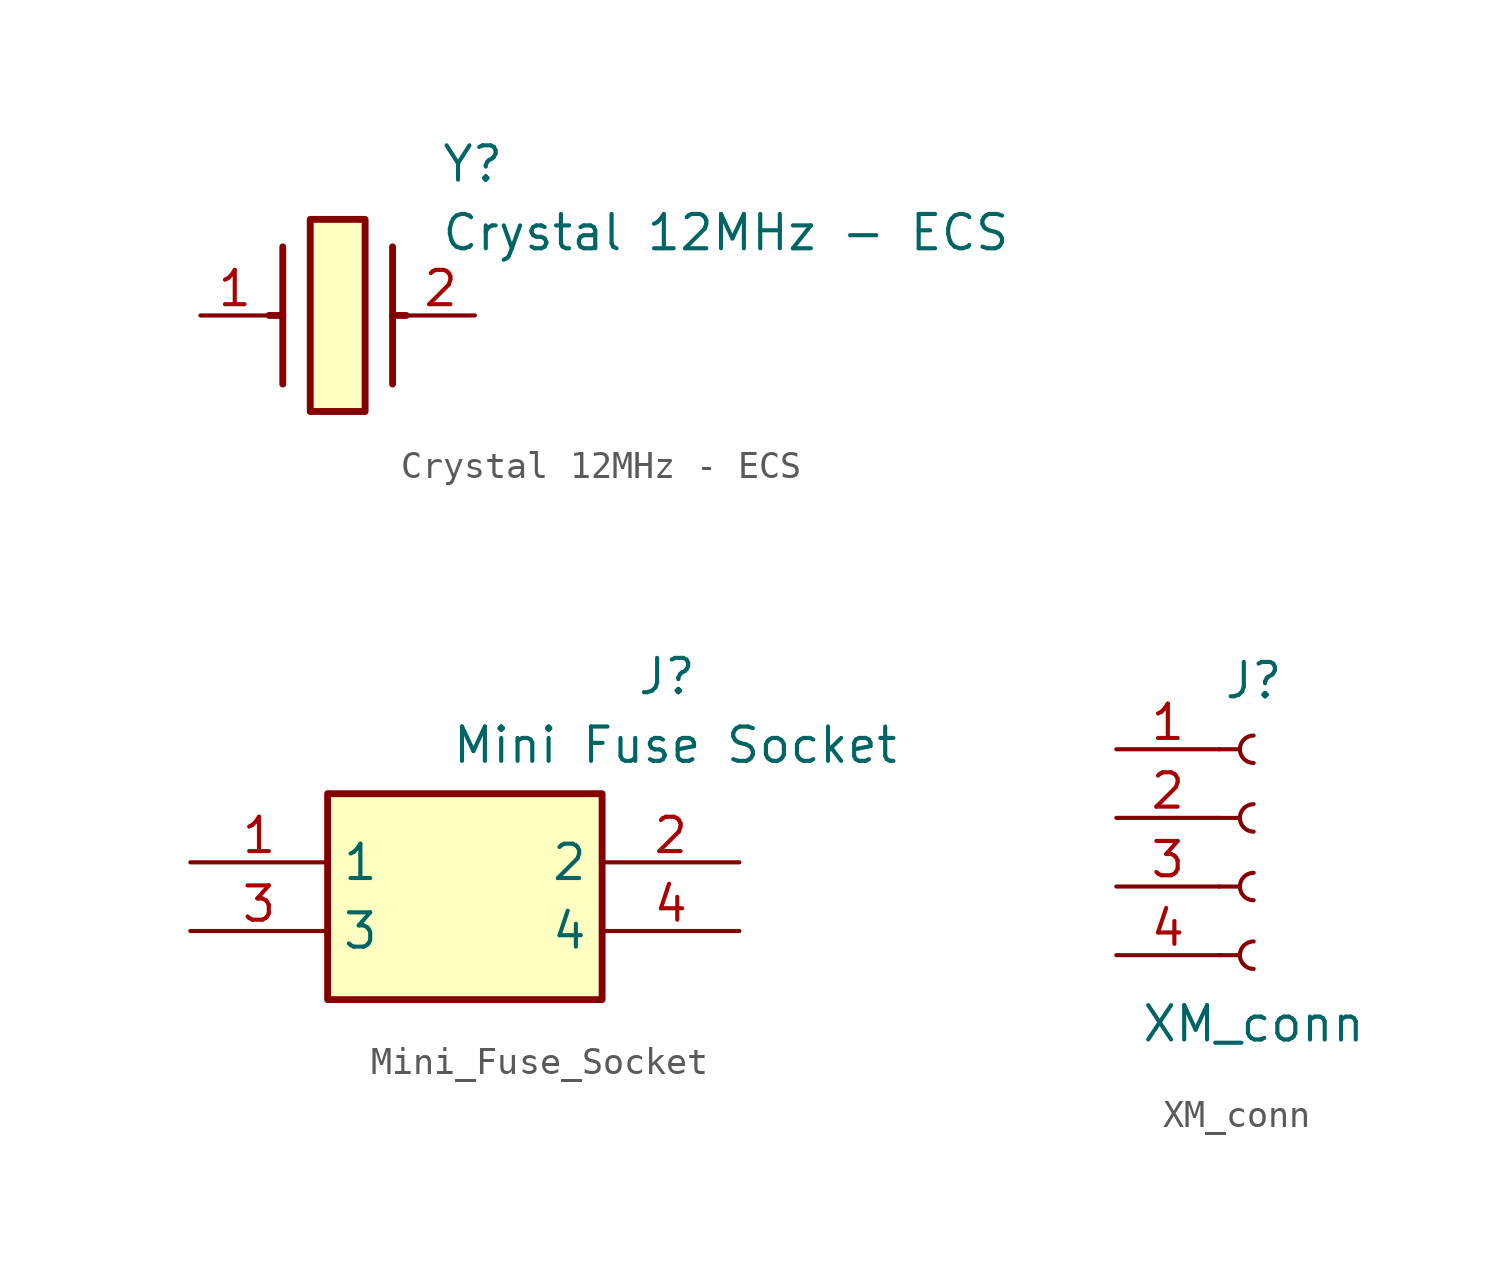
<source format=kicad_sym>
(kicad_symbol_lib
  (version 20231120)
  (generator "kicad_symbol_editor")
  (generator_version "8.0")
  (symbol "Crystal 12MHz - ECS"
    (pin_names hide)
    (property "Reference" "Y"
      (at 8.89 6.35 0)
      (effects (font (size 1.27 1.27)) (justify left top)))
    (property "Value" "Crystal 12MHz - ECS"
      (at 8.89 3.81 0)
      (effects (font (size 1.27 1.27)) (justify left top)))
    (symbol "Crystal 12MHz - ECS_1_1"
      (polyline (pts (xy 3.048 0) (xy 2.54 0)) (stroke (width 0.254) (type default)) (fill (type none)))
      (polyline (pts (xy 3.048 2.54) (xy 3.048 -2.54)) (stroke (width 0.254) (type default)) (fill (type none)))
      (polyline (pts (xy 7.112 0) (xy 7.62 0)) (stroke (width 0.254) (type default)) (fill (type none)))
      (polyline (pts (xy 7.112 2.54) (xy 7.112 -2.54)) (stroke (width 0.254) (type default)) (fill (type none)))
      (rectangle (start 4.064 3.556) (end 6.096 -3.556) (stroke (width 0.254) (type default)) (fill (type background)))
      (pin passive line (at 0 0 0) (length 2.54) (name "1" (effects (font (size 1.27 1.27)))) (number "1" (effects (font (size 1.27 1.27)))))
      (pin passive line (at 10.16 0 180) (length 2.54) (name "2" (effects (font (size 1.27 1.27)))) (number "2" (effects (font (size 1.27 1.27)))))))
  (symbol "Mini_Fuse_Socket"
    (property "Reference" "J"
      (at 16.51 7.62 0)
      (effects (font (size 1.27 1.27)) (justify left top)))
    (property "Value" "Mini Fuse Socket"
      (at 9.652 5.08 0)
      (effects (font (size 1.27 1.27)) (justify left top)))
    (symbol "Mini_Fuse_Socket_1_1"
      (rectangle (start 5.08 2.54) (end 15.24 -5.08) (stroke (width 0.254) (type default)) (fill (type background)))
      (pin passive line (at 0 0 0) (length 5.08) (name "1" (effects (font (size 1.27 1.27)))) (number "1" (effects (font (size 1.27 1.27)))))
      (pin passive line (at 20.32 0 180) (length 5.08) (name "2" (effects (font (size 1.27 1.27)))) (number "2" (effects (font (size 1.27 1.27)))))
      (pin passive line (at 0 -2.54 0) (length 5.08) (name "3" (effects (font (size 1.27 1.27)))) (number "3" (effects (font (size 1.27 1.27)))))
      (pin passive line (at 20.32 -2.54 180) (length 5.08) (name "4" (effects (font (size 1.27 1.27)))) (number "4" (effects (font (size 1.27 1.27)))))))
  (symbol "XM_conn"
    (pin_names
      (offset 1.016) hide)
    (property "Reference" "J"
      (at 0 5.08 0)
      (effects (font (size 1.27 1.27))))
    (property "Value" "XM_conn"
      (at 0 -7.62 0)
      (effects (font (size 1.27 1.27))))
    (symbol "XM_conn_1_1"
      (arc (start 0 -4.572) (mid -0.5058 -5.08) (end 0 -5.588) (stroke (width 0.1524) (type default)) (fill (type none)))
      (arc (start 0 -2.032) (mid -0.5058 -2.54) (end 0 -3.048) (stroke (width 0.1524) (type default)) (fill (type none)))
      (polyline (pts (xy -1.27 -5.08) (xy -0.508 -5.08)) (stroke (width 0.152) (type default)) (fill (type none)))
      (polyline (pts (xy -1.27 -2.54) (xy -0.508 -2.54)) (stroke (width 0.152) (type default)) (fill (type none)))
      (polyline (pts (xy -1.27 0) (xy -0.508 0)) (stroke (width 0.152) (type default)) (fill (type none)))
      (polyline (pts (xy -1.27 2.54) (xy -0.508 2.54)) (stroke (width 0.152) (type default)) (fill (type none)))
      (arc (start 0 0.508) (mid -0.5058 0) (end 0 -0.508) (stroke (width 0.1524) (type default)) (fill (type none)))
      (arc (start 0 3.048) (mid -0.5058 2.54) (end 0 2.032) (stroke (width 0.1524) (type default)) (fill (type none)))
      (pin passive line (at -5.08 2.54 0) (length 3.81) (name "GND" (effects (font (size 1.27 1.27)))) (number "1" (effects (font (size 1.27 1.27)))))
      (pin passive line (at -5.08 0 0) (length 3.81) (name "VDD" (effects (font (size 1.27 1.27)))) (number "2" (effects (font (size 1.27 1.27)))))
      (pin passive line (at -5.08 -2.54 0) (length 3.81) (name "D+" (effects (font (size 1.27 1.27)))) (number "3" (effects (font (size 1.27 1.27)))))
      (pin passive line (at -5.08 -5.08 0) (length 3.81) (name "D-" (effects (font (size 1.27 1.27)))) (number "4" (effects (font (size 1.27 1.27))))))))
</source>
